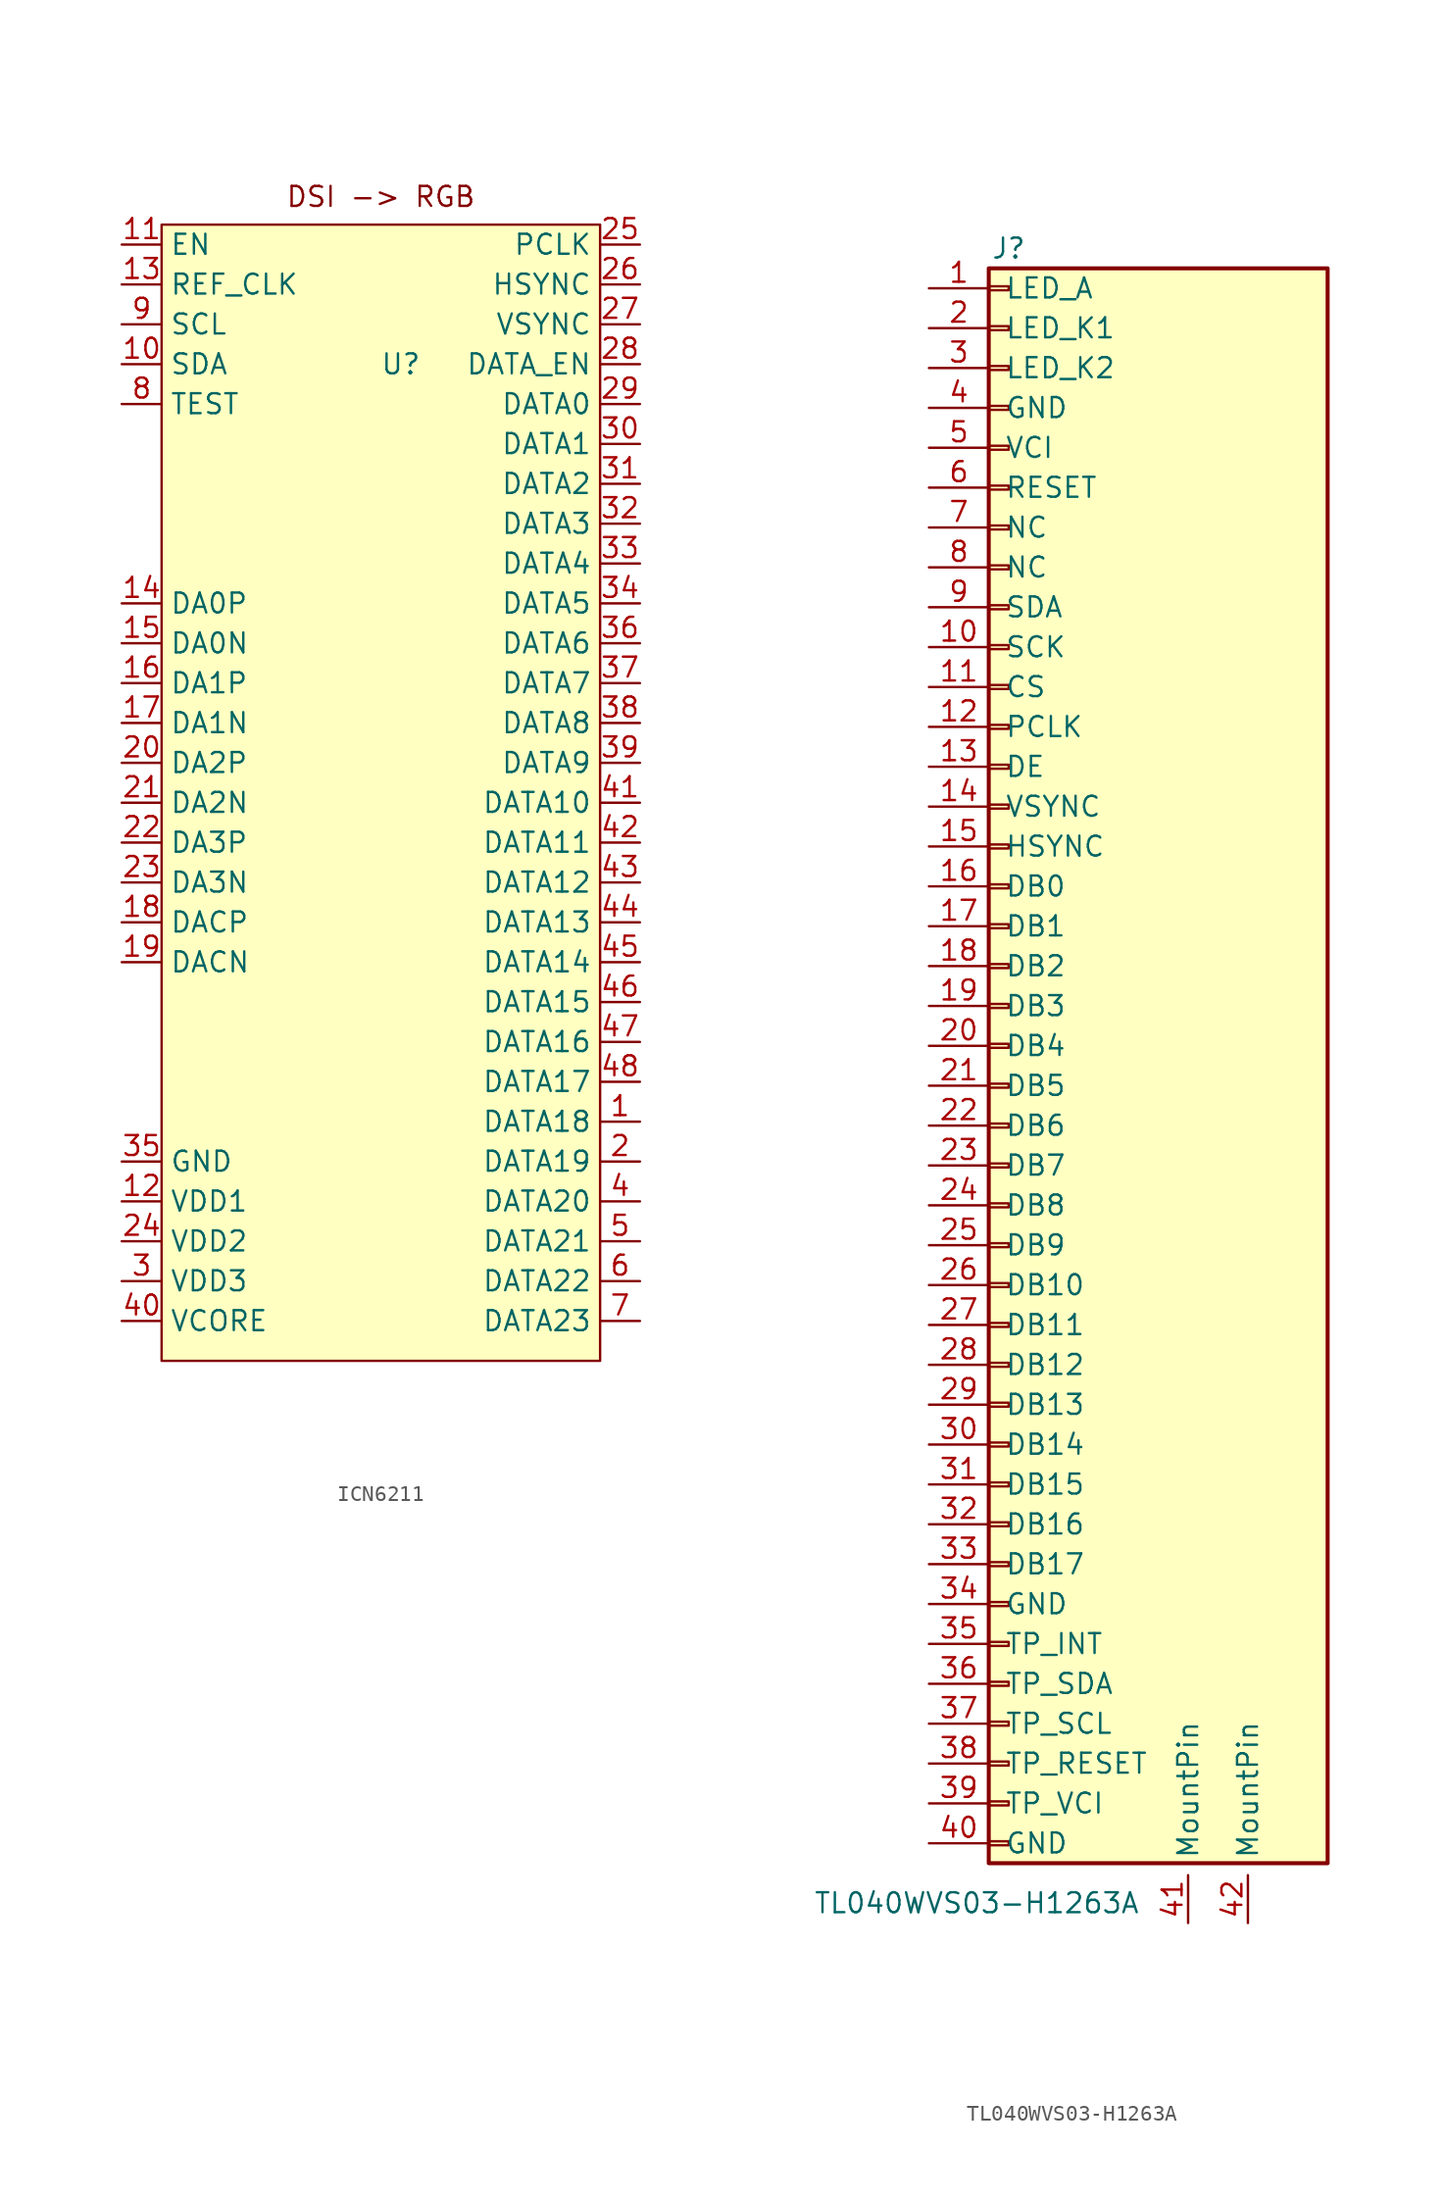
<source format=kicad_sym>
(kicad_symbol_lib
  (version 20241209)
  (generator "kicad_symbol_editor")
  (generator_version "9.0")
  (symbol "ICN6211"
    (property "Reference" "U"
      (at 0 0 0)
      (effects (font (size 1.27 1.27))))
    (property "Value" ""
      (at 0 0 0)
      (effects (font (size 1.27 1.27))))
    (symbol "ICN6211_0_1"
      (rectangle (start -15.24 8.89) (end 12.7 -63.5) (stroke (width 0) (type default)) (fill (type color) (color 255 255 194 1))))
    (symbol "ICN6211_1_1"
      (text "DSI -> RGB" (at -1.27 10.668 0) (effects (font (size 1.27 1.27))))
      (pin input line (at -17.78 7.62 0) (length 2.54) (name "EN" (effects (font (size 1.27 1.27)))) (number "11" (effects (font (size 1.27 1.27)))))
      (pin input line (at -17.78 5.08 0) (length 2.54) (name "REF_CLK" (effects (font (size 1.27 1.27)))) (number "13" (effects (font (size 1.27 1.27)))))
      (pin input line (at -17.78 2.54 0) (length 2.54) (name "SCL" (effects (font (size 1.27 1.27)))) (number "9" (effects (font (size 1.27 1.27)))))
      (pin input line (at -17.78 0 0) (length 2.54) (name "SDA" (effects (font (size 1.27 1.27)))) (number "10" (effects (font (size 1.27 1.27)))))
      (pin input line (at -17.78 -2.54 0) (length 2.54) (name "TEST" (effects (font (size 1.27 1.27)))) (number "8" (effects (font (size 1.27 1.27)))))
      (pin input line (at -17.78 -15.24 0) (length 2.54) (name "DA0P" (effects (font (size 1.27 1.27)))) (number "14" (effects (font (size 1.27 1.27)))))
      (pin input line (at -17.78 -17.78 0) (length 2.54) (name "DA0N" (effects (font (size 1.27 1.27)))) (number "15" (effects (font (size 1.27 1.27)))))
      (pin input line (at -17.78 -20.32 0) (length 2.54) (name "DA1P" (effects (font (size 1.27 1.27)))) (number "16" (effects (font (size 1.27 1.27)))))
      (pin input line (at -17.78 -22.86 0) (length 2.54) (name "DA1N" (effects (font (size 1.27 1.27)))) (number "17" (effects (font (size 1.27 1.27)))))
      (pin input line (at -17.78 -25.4 0) (length 2.54) (name "DA2P" (effects (font (size 1.27 1.27)))) (number "20" (effects (font (size 1.27 1.27)))))
      (pin input line (at -17.78 -27.94 0) (length 2.54) (name "DA2N" (effects (font (size 1.27 1.27)))) (number "21" (effects (font (size 1.27 1.27)))))
      (pin input line (at -17.78 -30.48 0) (length 2.54) (name "DA3P" (effects (font (size 1.27 1.27)))) (number "22" (effects (font (size 1.27 1.27)))))
      (pin input line (at -17.78 -33.02 0) (length 2.54) (name "DA3N" (effects (font (size 1.27 1.27)))) (number "23" (effects (font (size 1.27 1.27)))))
      (pin input line (at -17.78 -35.56 0) (length 2.54) (name "DACP" (effects (font (size 1.27 1.27)))) (number "18" (effects (font (size 1.27 1.27)))))
      (pin input line (at -17.78 -38.1 0) (length 2.54) (name "DACN" (effects (font (size 1.27 1.27)))) (number "19" (effects (font (size 1.27 1.27)))))
      (pin input line (at -17.78 -50.8 0) (length 2.54) (name "GND" (effects (font (size 1.27 1.27)))) (number "35" (effects (font (size 1.27 1.27)))))
      (pin power_in line (at -17.78 -53.34 0) (length 2.54) (name "VDD1" (effects (font (size 1.27 1.27)))) (number "12" (effects (font (size 1.27 1.27)))))
      (pin power_in line (at -17.78 -55.88 0) (length 2.54) (name "VDD2" (effects (font (size 1.27 1.27)))) (number "24" (effects (font (size 1.27 1.27)))))
      (pin power_in line (at -17.78 -58.42 0) (length 2.54) (name "VDD3" (effects (font (size 1.27 1.27)))) (number "3" (effects (font (size 1.27 1.27)))))
      (pin power_out line (at -17.78 -60.96 0) (length 2.54) (name "VCORE" (effects (font (size 1.27 1.27)))) (number "40" (effects (font (size 1.27 1.27)))))
      (pin output line (at 15.24 7.62 180) (length 2.54) (name "PCLK" (effects (font (size 1.27 1.27)))) (number "25" (effects (font (size 1.27 1.27)))))
      (pin output line (at 15.24 5.08 180) (length 2.54) (name "HSYNC" (effects (font (size 1.27 1.27)))) (number "26" (effects (font (size 1.27 1.27)))))
      (pin output line (at 15.24 2.54 180) (length 2.54) (name "VSYNC" (effects (font (size 1.27 1.27)))) (number "27" (effects (font (size 1.27 1.27)))))
      (pin output line (at 15.24 0 180) (length 2.54) (name "DATA_EN" (effects (font (size 1.27 1.27)))) (number "28" (effects (font (size 1.27 1.27)))))
      (pin output line (at 15.24 -2.54 180) (length 2.54) (name "DATA0" (effects (font (size 1.27 1.27)))) (number "29" (effects (font (size 1.27 1.27)))))
      (pin output line (at 15.24 -5.08 180) (length 2.54) (name "DATA1" (effects (font (size 1.27 1.27)))) (number "30" (effects (font (size 1.27 1.27)))))
      (pin output line (at 15.24 -7.62 180) (length 2.54) (name "DATA2" (effects (font (size 1.27 1.27)))) (number "31" (effects (font (size 1.27 1.27)))))
      (pin output line (at 15.24 -10.16 180) (length 2.54) (name "DATA3" (effects (font (size 1.27 1.27)))) (number "32" (effects (font (size 1.27 1.27)))))
      (pin output line (at 15.24 -12.7 180) (length 2.54) (name "DATA4" (effects (font (size 1.27 1.27)))) (number "33" (effects (font (size 1.27 1.27)))))
      (pin output line (at 15.24 -15.24 180) (length 2.54) (name "DATA5" (effects (font (size 1.27 1.27)))) (number "34" (effects (font (size 1.27 1.27)))))
      (pin output line (at 15.24 -17.78 180) (length 2.54) (name "DATA6" (effects (font (size 1.27 1.27)))) (number "36" (effects (font (size 1.27 1.27)))))
      (pin output line (at 15.24 -20.32 180) (length 2.54) (name "DATA7" (effects (font (size 1.27 1.27)))) (number "37" (effects (font (size 1.27 1.27)))))
      (pin output line (at 15.24 -22.86 180) (length 2.54) (name "DATA8" (effects (font (size 1.27 1.27)))) (number "38" (effects (font (size 1.27 1.27)))))
      (pin output line (at 15.24 -25.4 180) (length 2.54) (name "DATA9" (effects (font (size 1.27 1.27)))) (number "39" (effects (font (size 1.27 1.27)))))
      (pin output line (at 15.24 -27.94 180) (length 2.54) (name "DATA10" (effects (font (size 1.27 1.27)))) (number "41" (effects (font (size 1.27 1.27)))))
      (pin output line (at 15.24 -30.48 180) (length 2.54) (name "DATA11" (effects (font (size 1.27 1.27)))) (number "42" (effects (font (size 1.27 1.27)))))
      (pin output line (at 15.24 -33.02 180) (length 2.54) (name "DATA12" (effects (font (size 1.27 1.27)))) (number "43" (effects (font (size 1.27 1.27)))))
      (pin output line (at 15.24 -35.56 180) (length 2.54) (name "DATA13" (effects (font (size 1.27 1.27)))) (number "44" (effects (font (size 1.27 1.27)))))
      (pin output line (at 15.24 -38.1 180) (length 2.54) (name "DATA14" (effects (font (size 1.27 1.27)))) (number "45" (effects (font (size 1.27 1.27)))))
      (pin output line (at 15.24 -40.64 180) (length 2.54) (name "DATA15" (effects (font (size 1.27 1.27)))) (number "46" (effects (font (size 1.27 1.27)))))
      (pin output line (at 15.24 -43.18 180) (length 2.54) (name "DATA16" (effects (font (size 1.27 1.27)))) (number "47" (effects (font (size 1.27 1.27)))))
      (pin output line (at 15.24 -45.72 180) (length 2.54) (name "DATA17" (effects (font (size 1.27 1.27)))) (number "48" (effects (font (size 1.27 1.27)))))
      (pin output line (at 15.24 -48.26 180) (length 2.54) (name "DATA18" (effects (font (size 1.27 1.27)))) (number "1" (effects (font (size 1.27 1.27)))))
      (pin output line (at 15.24 -50.8 180) (length 2.54) (name "DATA19" (effects (font (size 1.27 1.27)))) (number "2" (effects (font (size 1.27 1.27)))))
      (pin output line (at 15.24 -53.34 180) (length 2.54) (name "DATA20" (effects (font (size 1.27 1.27)))) (number "4" (effects (font (size 1.27 1.27)))))
      (pin output line (at 15.24 -55.88 180) (length 2.54) (name "DATA21" (effects (font (size 1.27 1.27)))) (number "5" (effects (font (size 1.27 1.27)))))
      (pin output line (at 15.24 -58.42 180) (length 2.54) (name "DATA22" (effects (font (size 1.27 1.27)))) (number "6" (effects (font (size 1.27 1.27)))))
      (pin output line (at 15.24 -60.96 180) (length 2.54) (name "DATA23" (effects (font (size 1.27 1.27)))) (number "7" (effects (font (size 1.27 1.27)))))))
  (symbol "TL040WVS03-H1263A"
    (pin_names
      (offset 1.016))
    (property "Reference" "J"
      (at 0 50.8 0)
      (effects (font (size 1.27 1.27))))
    (property "Value" "TL040WVS03-H1263A"
      (at -12.446 -54.61 0)
      (effects (font (size 1.27 1.27)) (justify left)))
    (symbol "TL040WVS03-H1263A_1_1"
      (rectangle (start -1.27 49.53) (end 20.32 -52.07) (stroke (width 0.254) (type default)) (fill (type background)))
      (rectangle (start -1.27 48.387) (end 0 48.133) (stroke (width 0.152) (type default)) (fill (type none)))
      (rectangle (start -1.27 45.847) (end 0 45.593) (stroke (width 0.152) (type default)) (fill (type none)))
      (rectangle (start -1.27 43.307) (end 0 43.053) (stroke (width 0.152) (type default)) (fill (type none)))
      (rectangle (start -1.27 40.767) (end 0 40.513) (stroke (width 0.152) (type default)) (fill (type none)))
      (rectangle (start -1.27 38.227) (end 0 37.973) (stroke (width 0.152) (type default)) (fill (type none)))
      (rectangle (start -1.27 35.687) (end 0 35.433) (stroke (width 0.152) (type default)) (fill (type none)))
      (rectangle (start -1.27 33.147) (end 0 32.893) (stroke (width 0.152) (type default)) (fill (type none)))
      (rectangle (start -1.27 30.607) (end 0 30.353) (stroke (width 0.152) (type default)) (fill (type none)))
      (rectangle (start -1.27 28.067) (end 0 27.813) (stroke (width 0.152) (type default)) (fill (type none)))
      (rectangle (start -1.27 25.527) (end 0 25.273) (stroke (width 0.152) (type default)) (fill (type none)))
      (rectangle (start -1.27 22.987) (end 0 22.733) (stroke (width 0.152) (type default)) (fill (type none)))
      (rectangle (start -1.27 20.447) (end 0 20.193) (stroke (width 0.152) (type default)) (fill (type none)))
      (rectangle (start -1.27 17.907) (end 0 17.653) (stroke (width 0.152) (type default)) (fill (type none)))
      (rectangle (start -1.27 15.367) (end 0 15.113) (stroke (width 0.152) (type default)) (fill (type none)))
      (rectangle (start -1.27 12.827) (end 0 12.573) (stroke (width 0.152) (type default)) (fill (type none)))
      (rectangle (start -1.27 10.287) (end 0 10.033) (stroke (width 0.152) (type default)) (fill (type none)))
      (rectangle (start -1.27 7.747) (end 0 7.493) (stroke (width 0.152) (type default)) (fill (type none)))
      (rectangle (start -1.27 5.207) (end 0 4.953) (stroke (width 0.152) (type default)) (fill (type none)))
      (rectangle (start -1.27 2.667) (end 0 2.413) (stroke (width 0.152) (type default)) (fill (type none)))
      (rectangle (start -1.27 0.127) (end 0 -0.127) (stroke (width 0.152) (type default)) (fill (type none)))
      (rectangle (start -1.27 -2.413) (end 0 -2.667) (stroke (width 0.152) (type default)) (fill (type none)))
      (rectangle (start -1.27 -4.953) (end 0 -5.207) (stroke (width 0.152) (type default)) (fill (type none)))
      (rectangle (start -1.27 -7.493) (end 0 -7.747) (stroke (width 0.152) (type default)) (fill (type none)))
      (rectangle (start -1.27 -10.033) (end 0 -10.287) (stroke (width 0.152) (type default)) (fill (type none)))
      (rectangle (start -1.27 -12.573) (end 0 -12.827) (stroke (width 0.152) (type default)) (fill (type none)))
      (rectangle (start -1.27 -15.113) (end 0 -15.367) (stroke (width 0.152) (type default)) (fill (type none)))
      (rectangle (start -1.27 -17.653) (end 0 -17.907) (stroke (width 0.152) (type default)) (fill (type none)))
      (rectangle (start -1.27 -20.193) (end 0 -20.447) (stroke (width 0.152) (type default)) (fill (type none)))
      (rectangle (start -1.27 -22.733) (end 0 -22.987) (stroke (width 0.152) (type default)) (fill (type none)))
      (rectangle (start -1.27 -25.273) (end 0 -25.527) (stroke (width 0.152) (type default)) (fill (type none)))
      (rectangle (start -1.27 -27.813) (end 0 -28.067) (stroke (width 0.152) (type default)) (fill (type none)))
      (rectangle (start -1.27 -30.353) (end 0 -30.607) (stroke (width 0.152) (type default)) (fill (type none)))
      (rectangle (start -1.27 -32.893) (end 0 -33.147) (stroke (width 0.152) (type default)) (fill (type none)))
      (rectangle (start -1.27 -35.433) (end 0 -35.687) (stroke (width 0.152) (type default)) (fill (type none)))
      (rectangle (start -1.27 -37.973) (end 0 -38.227) (stroke (width 0.152) (type default)) (fill (type none)))
      (rectangle (start -1.27 -40.513) (end 0 -40.767) (stroke (width 0.152) (type default)) (fill (type none)))
      (rectangle (start -1.27 -43.053) (end 0 -43.307) (stroke (width 0.152) (type default)) (fill (type none)))
      (rectangle (start -1.27 -45.593) (end 0 -45.847) (stroke (width 0.152) (type default)) (fill (type none)))
      (rectangle (start -1.27 -48.133) (end 0 -48.387) (stroke (width 0.152) (type default)) (fill (type none)))
      (rectangle (start -1.27 -50.673) (end 0 -50.927) (stroke (width 0.152) (type default)) (fill (type none)))
      (pin passive line (at -5.08 48.26 0) (length 3.81) (name "LED_A" (effects (font (size 1.27 1.27)))) (number "1" (effects (font (size 1.27 1.27)))))
      (pin passive line (at -5.08 45.72 0) (length 3.81) (name "LED_K1" (effects (font (size 1.27 1.27)))) (number "2" (effects (font (size 1.27 1.27)))))
      (pin passive line (at -5.08 43.18 0) (length 3.81) (name "LED_K2" (effects (font (size 1.27 1.27)))) (number "3" (effects (font (size 1.27 1.27)))))
      (pin passive line (at -5.08 40.64 0) (length 3.81) (name "GND" (effects (font (size 1.27 1.27)))) (number "4" (effects (font (size 1.27 1.27)))))
      (pin passive line (at -5.08 38.1 0) (length 3.81) (name "VCI" (effects (font (size 1.27 1.27)))) (number "5" (effects (font (size 1.27 1.27)))))
      (pin passive line (at -5.08 35.56 0) (length 3.81) (name "RESET" (effects (font (size 1.27 1.27)))) (number "6" (effects (font (size 1.27 1.27)))))
      (pin passive line (at -5.08 33.02 0) (length 3.81) (name "NC" (effects (font (size 1.27 1.27)))) (number "7" (effects (font (size 1.27 1.27)))))
      (pin passive line (at -5.08 30.48 0) (length 3.81) (name "NC" (effects (font (size 1.27 1.27)))) (number "8" (effects (font (size 1.27 1.27)))))
      (pin passive line (at -5.08 27.94 0) (length 3.81) (name "SDA" (effects (font (size 1.27 1.27)))) (number "9" (effects (font (size 1.27 1.27)))))
      (pin passive line (at -5.08 25.4 0) (length 3.81) (name "SCK" (effects (font (size 1.27 1.27)))) (number "10" (effects (font (size 1.27 1.27)))))
      (pin passive line (at -5.08 22.86 0) (length 3.81) (name "CS" (effects (font (size 1.27 1.27)))) (number "11" (effects (font (size 1.27 1.27)))))
      (pin passive line (at -5.08 20.32 0) (length 3.81) (name "PCLK" (effects (font (size 1.27 1.27)))) (number "12" (effects (font (size 1.27 1.27)))))
      (pin passive line (at -5.08 17.78 0) (length 3.81) (name "DE" (effects (font (size 1.27 1.27)))) (number "13" (effects (font (size 1.27 1.27)))))
      (pin passive line (at -5.08 15.24 0) (length 3.81) (name "VSYNC" (effects (font (size 1.27 1.27)))) (number "14" (effects (font (size 1.27 1.27)))))
      (pin passive line (at -5.08 12.7 0) (length 3.81) (name "HSYNC" (effects (font (size 1.27 1.27)))) (number "15" (effects (font (size 1.27 1.27)))))
      (pin passive line (at -5.08 10.16 0) (length 3.81) (name "DB0" (effects (font (size 1.27 1.27)))) (number "16" (effects (font (size 1.27 1.27)))))
      (pin passive line (at -5.08 7.62 0) (length 3.81) (name "DB1" (effects (font (size 1.27 1.27)))) (number "17" (effects (font (size 1.27 1.27)))))
      (pin passive line (at -5.08 5.08 0) (length 3.81) (name "DB2" (effects (font (size 1.27 1.27)))) (number "18" (effects (font (size 1.27 1.27)))))
      (pin passive line (at -5.08 2.54 0) (length 3.81) (name "DB3" (effects (font (size 1.27 1.27)))) (number "19" (effects (font (size 1.27 1.27)))))
      (pin passive line (at -5.08 0 0) (length 3.81) (name "DB4" (effects (font (size 1.27 1.27)))) (number "20" (effects (font (size 1.27 1.27)))))
      (pin passive line (at -5.08 -2.54 0) (length 3.81) (name "DB5" (effects (font (size 1.27 1.27)))) (number "21" (effects (font (size 1.27 1.27)))))
      (pin passive line (at -5.08 -5.08 0) (length 3.81) (name "DB6" (effects (font (size 1.27 1.27)))) (number "22" (effects (font (size 1.27 1.27)))))
      (pin passive line (at -5.08 -7.62 0) (length 3.81) (name "DB7" (effects (font (size 1.27 1.27)))) (number "23" (effects (font (size 1.27 1.27)))))
      (pin passive line (at -5.08 -10.16 0) (length 3.81) (name "DB8" (effects (font (size 1.27 1.27)))) (number "24" (effects (font (size 1.27 1.27)))))
      (pin passive line (at -5.08 -12.7 0) (length 3.81) (name "DB9" (effects (font (size 1.27 1.27)))) (number "25" (effects (font (size 1.27 1.27)))))
      (pin passive line (at -5.08 -15.24 0) (length 3.81) (name "DB10" (effects (font (size 1.27 1.27)))) (number "26" (effects (font (size 1.27 1.27)))))
      (pin passive line (at -5.08 -17.78 0) (length 3.81) (name "DB11" (effects (font (size 1.27 1.27)))) (number "27" (effects (font (size 1.27 1.27)))))
      (pin passive line (at -5.08 -20.32 0) (length 3.81) (name "DB12" (effects (font (size 1.27 1.27)))) (number "28" (effects (font (size 1.27 1.27)))))
      (pin passive line (at -5.08 -22.86 0) (length 3.81) (name "DB13" (effects (font (size 1.27 1.27)))) (number "29" (effects (font (size 1.27 1.27)))))
      (pin passive line (at -5.08 -25.4 0) (length 3.81) (name "DB14" (effects (font (size 1.27 1.27)))) (number "30" (effects (font (size 1.27 1.27)))))
      (pin passive line (at -5.08 -27.94 0) (length 3.81) (name "DB15" (effects (font (size 1.27 1.27)))) (number "31" (effects (font (size 1.27 1.27)))))
      (pin passive line (at -5.08 -30.48 0) (length 3.81) (name "DB16" (effects (font (size 1.27 1.27)))) (number "32" (effects (font (size 1.27 1.27)))))
      (pin passive line (at -5.08 -33.02 0) (length 3.81) (name "DB17" (effects (font (size 1.27 1.27)))) (number "33" (effects (font (size 1.27 1.27)))))
      (pin passive line (at -5.08 -35.56 0) (length 3.81) (name "GND" (effects (font (size 1.27 1.27)))) (number "34" (effects (font (size 1.27 1.27)))))
      (pin passive line (at -5.08 -38.1 0) (length 3.81) (name "TP_INT" (effects (font (size 1.27 1.27)))) (number "35" (effects (font (size 1.27 1.27)))))
      (pin passive line (at -5.08 -40.64 0) (length 3.81) (name "TP_SDA" (effects (font (size 1.27 1.27)))) (number "36" (effects (font (size 1.27 1.27)))))
      (pin passive line (at -5.08 -43.18 0) (length 3.81) (name "TP_SCL" (effects (font (size 1.27 1.27)))) (number "37" (effects (font (size 1.27 1.27)))))
      (pin passive line (at -5.08 -45.72 0) (length 3.81) (name "TP_RESET" (effects (font (size 1.27 1.27)))) (number "38" (effects (font (size 1.27 1.27)))))
      (pin passive line (at -5.08 -48.26 0) (length 3.81) (name "TP_VCI" (effects (font (size 1.27 1.27)))) (number "39" (effects (font (size 1.27 1.27)))))
      (pin passive line (at -5.08 -50.8 0) (length 3.81) (name "GND" (effects (font (size 1.27 1.27)))) (number "40" (effects (font (size 1.27 1.27)))))
      (pin passive line (at 11.43 -55.88 90) (length 3.048) (name "MountPin" (effects (font (size 1.27 1.27)))) (number "41" (effects (font (size 1.27 1.27)))))
      (pin passive line (at 15.24 -55.88 90) (length 3.048) (name "MountPin" (effects (font (size 1.27 1.27)))) (number "42" (effects (font (size 1.27 1.27))))))))
</source>
